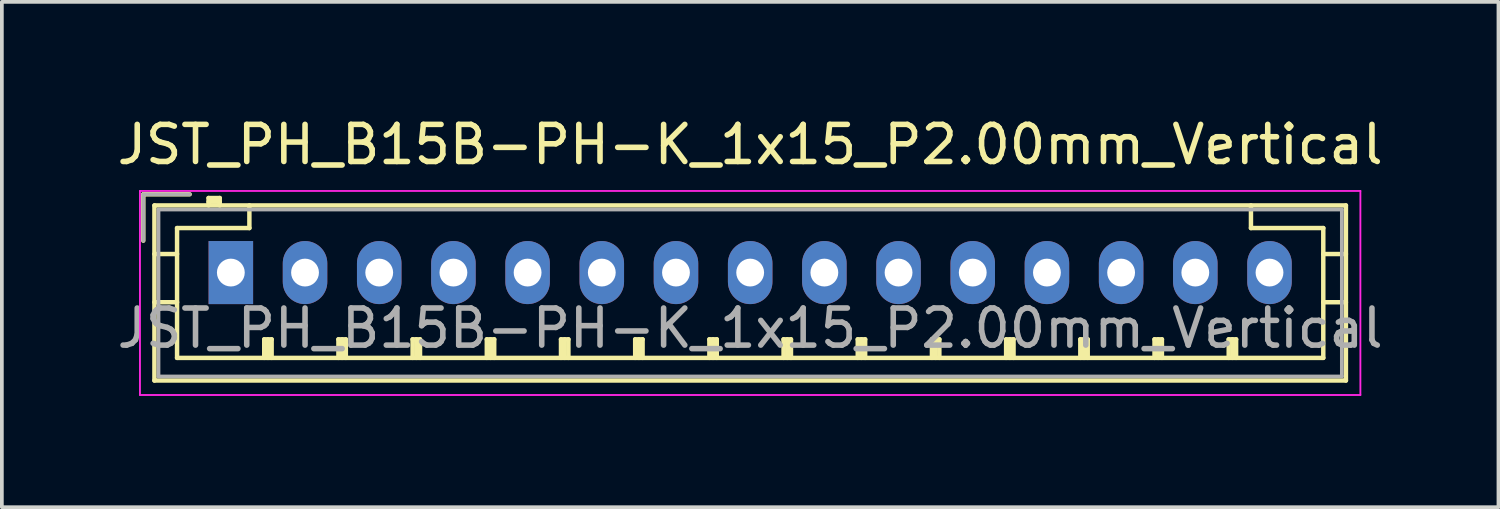
<source format=kicad_pcb>
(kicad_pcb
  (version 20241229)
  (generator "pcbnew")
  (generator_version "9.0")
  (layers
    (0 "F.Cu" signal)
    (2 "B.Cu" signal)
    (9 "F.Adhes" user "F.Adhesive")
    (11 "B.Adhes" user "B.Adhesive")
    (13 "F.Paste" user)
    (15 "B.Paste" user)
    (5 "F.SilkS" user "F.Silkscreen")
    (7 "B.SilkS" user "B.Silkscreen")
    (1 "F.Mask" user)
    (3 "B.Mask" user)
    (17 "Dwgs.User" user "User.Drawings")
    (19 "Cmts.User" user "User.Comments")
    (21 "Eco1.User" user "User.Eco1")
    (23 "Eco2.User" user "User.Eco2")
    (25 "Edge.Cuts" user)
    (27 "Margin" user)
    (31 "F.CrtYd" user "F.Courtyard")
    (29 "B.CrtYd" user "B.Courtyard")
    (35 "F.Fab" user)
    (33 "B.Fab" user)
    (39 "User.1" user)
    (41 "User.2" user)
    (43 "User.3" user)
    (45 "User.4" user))
  (footprint "JST_PH_B15B-PH-K_1x15_P2.00mm_Vertical"
    (layer "F.Cu")
    (at 3.173 4.298)
    (property "Reference" "JST_PH_B15B-PH-K_1x15_P2.00mm_Vertical" (at 14 -3.45 0) (layer "F.SilkS") (effects (font (size 1 1) (thickness 0.15))))
    (attr through_hole)
    (fp_line (start -2.36 -2.11) (end -2.36 -0.86) (stroke (width 0.12) (type solid)) (layer "F.SilkS"))
    (fp_line (start -2.06 -1.81) (end -2.06 2.91) (stroke (width 0.12) (type solid)) (layer "F.SilkS"))
    (fp_line (start -2.06 -0.5) (end -1.45 -0.5) (stroke (width 0.12) (type solid)) (layer "F.SilkS"))
    (fp_line (start -2.06 0.8) (end -1.45 0.8) (stroke (width 0.12) (type solid)) (layer "F.SilkS"))
    (fp_line (start -2.06 2.91) (end 30.06 2.91) (stroke (width 0.12) (type solid)) (layer "F.SilkS"))
    (fp_line (start -1.45 -1.2) (end -1.45 2.3) (stroke (width 0.12) (type solid)) (layer "F.SilkS"))
    (fp_line (start -1.45 2.3) (end 29.45 2.3) (stroke (width 0.12) (type solid)) (layer "F.SilkS"))
    (fp_line (start -1.11 -2.11) (end -2.36 -2.11) (stroke (width 0.12) (type solid)) (layer "F.SilkS"))
    (fp_line (start -0.6 -2.01) (end -0.6 -1.81) (stroke (width 0.12) (type solid)) (layer "F.SilkS"))
    (fp_line (start -0.3 -2.01) (end -0.6 -2.01) (stroke (width 0.12) (type solid)) (layer "F.SilkS"))
    (fp_line (start -0.3 -1.91) (end -0.6 -1.91) (stroke (width 0.12) (type solid)) (layer "F.SilkS"))
    (fp_line (start -0.3 -1.81) (end -0.3 -2.01) (stroke (width 0.12) (type solid)) (layer "F.SilkS"))
    (fp_line (start 0.5 -1.81) (end 0.5 -1.2) (stroke (width 0.12) (type solid)) (layer "F.SilkS"))
    (fp_line (start 0.5 -1.2) (end -1.45 -1.2) (stroke (width 0.12) (type solid)) (layer "F.SilkS"))
    (fp_line (start 0.9 1.8) (end 1.1 1.8) (stroke (width 0.12) (type solid)) (layer "F.SilkS"))
    (fp_line (start 0.9 2.3) (end 0.9 1.8) (stroke (width 0.12) (type solid)) (layer "F.SilkS"))
    (fp_line (start 1 2.3) (end 1 1.8) (stroke (width 0.12) (type solid)) (layer "F.SilkS"))
    (fp_line (start 1.1 1.8) (end 1.1 2.3) (stroke (width 0.12) (type solid)) (layer "F.SilkS"))
    (fp_line (start 2.9 1.8) (end 3.1 1.8) (stroke (width 0.12) (type solid)) (layer "F.SilkS"))
    (fp_line (start 2.9 2.3) (end 2.9 1.8) (stroke (width 0.12) (type solid)) (layer "F.SilkS"))
    (fp_line (start 3 2.3) (end 3 1.8) (stroke (width 0.12) (type solid)) (layer "F.SilkS"))
    (fp_line (start 3.1 1.8) (end 3.1 2.3) (stroke (width 0.12) (type solid)) (layer "F.SilkS"))
    (fp_line (start 4.9 1.8) (end 5.1 1.8) (stroke (width 0.12) (type solid)) (layer "F.SilkS"))
    (fp_line (start 4.9 2.3) (end 4.9 1.8) (stroke (width 0.12) (type solid)) (layer "F.SilkS"))
    (fp_line (start 5 2.3) (end 5 1.8) (stroke (width 0.12) (type solid)) (layer "F.SilkS"))
    (fp_line (start 5.1 1.8) (end 5.1 2.3) (stroke (width 0.12) (type solid)) (layer "F.SilkS"))
    (fp_line (start 6.9 1.8) (end 7.1 1.8) (stroke (width 0.12) (type solid)) (layer "F.SilkS"))
    (fp_line (start 6.9 2.3) (end 6.9 1.8) (stroke (width 0.12) (type solid)) (layer "F.SilkS"))
    (fp_line (start 7 2.3) (end 7 1.8) (stroke (width 0.12) (type solid)) (layer "F.SilkS"))
    (fp_line (start 7.1 1.8) (end 7.1 2.3) (stroke (width 0.12) (type solid)) (layer "F.SilkS"))
    (fp_line (start 8.9 1.8) (end 9.1 1.8) (stroke (width 0.12) (type solid)) (layer "F.SilkS"))
    (fp_line (start 8.9 2.3) (end 8.9 1.8) (stroke (width 0.12) (type solid)) (layer "F.SilkS"))
    (fp_line (start 9 2.3) (end 9 1.8) (stroke (width 0.12) (type solid)) (layer "F.SilkS"))
    (fp_line (start 9.1 1.8) (end 9.1 2.3) (stroke (width 0.12) (type solid)) (layer "F.SilkS"))
    (fp_line (start 10.9 1.8) (end 11.1 1.8) (stroke (width 0.12) (type solid)) (layer "F.SilkS"))
    (fp_line (start 10.9 2.3) (end 10.9 1.8) (stroke (width 0.12) (type solid)) (layer "F.SilkS"))
    (fp_line (start 11 2.3) (end 11 1.8) (stroke (width 0.12) (type solid)) (layer "F.SilkS"))
    (fp_line (start 11.1 1.8) (end 11.1 2.3) (stroke (width 0.12) (type solid)) (layer "F.SilkS"))
    (fp_line (start 12.9 1.8) (end 13.1 1.8) (stroke (width 0.12) (type solid)) (layer "F.SilkS"))
    (fp_line (start 12.9 2.3) (end 12.9 1.8) (stroke (width 0.12) (type solid)) (layer "F.SilkS"))
    (fp_line (start 13 2.3) (end 13 1.8) (stroke (width 0.12) (type solid)) (layer "F.SilkS"))
    (fp_line (start 13.1 1.8) (end 13.1 2.3) (stroke (width 0.12) (type solid)) (layer "F.SilkS"))
    (fp_line (start 14.9 1.8) (end 15.1 1.8) (stroke (width 0.12) (type solid)) (layer "F.SilkS"))
    (fp_line (start 14.9 2.3) (end 14.9 1.8) (stroke (width 0.12) (type solid)) (layer "F.SilkS"))
    (fp_line (start 15 2.3) (end 15 1.8) (stroke (width 0.12) (type solid)) (layer "F.SilkS"))
    (fp_line (start 15.1 1.8) (end 15.1 2.3) (stroke (width 0.12) (type solid)) (layer "F.SilkS"))
    (fp_line (start 16.9 1.8) (end 17.1 1.8) (stroke (width 0.12) (type solid)) (layer "F.SilkS"))
    (fp_line (start 16.9 2.3) (end 16.9 1.8) (stroke (width 0.12) (type solid)) (layer "F.SilkS"))
    (fp_line (start 17 2.3) (end 17 1.8) (stroke (width 0.12) (type solid)) (layer "F.SilkS"))
    (fp_line (start 17.1 1.8) (end 17.1 2.3) (stroke (width 0.12) (type solid)) (layer "F.SilkS"))
    (fp_line (start 18.9 1.8) (end 19.1 1.8) (stroke (width 0.12) (type solid)) (layer "F.SilkS"))
    (fp_line (start 18.9 2.3) (end 18.9 1.8) (stroke (width 0.12) (type solid)) (layer "F.SilkS"))
    (fp_line (start 19 2.3) (end 19 1.8) (stroke (width 0.12) (type solid)) (layer "F.SilkS"))
    (fp_line (start 19.1 1.8) (end 19.1 2.3) (stroke (width 0.12) (type solid)) (layer "F.SilkS"))
    (fp_line (start 20.9 1.8) (end 21.1 1.8) (stroke (width 0.12) (type solid)) (layer "F.SilkS"))
    (fp_line (start 20.9 2.3) (end 20.9 1.8) (stroke (width 0.12) (type solid)) (layer "F.SilkS"))
    (fp_line (start 21 2.3) (end 21 1.8) (stroke (width 0.12) (type solid)) (layer "F.SilkS"))
    (fp_line (start 21.1 1.8) (end 21.1 2.3) (stroke (width 0.12) (type solid)) (layer "F.SilkS"))
    (fp_line (start 22.9 1.8) (end 23.1 1.8) (stroke (width 0.12) (type solid)) (layer "F.SilkS"))
    (fp_line (start 22.9 2.3) (end 22.9 1.8) (stroke (width 0.12) (type solid)) (layer "F.SilkS"))
    (fp_line (start 23 2.3) (end 23 1.8) (stroke (width 0.12) (type solid)) (layer "F.SilkS"))
    (fp_line (start 23.1 1.8) (end 23.1 2.3) (stroke (width 0.12) (type solid)) (layer "F.SilkS"))
    (fp_line (start 24.9 1.8) (end 25.1 1.8) (stroke (width 0.12) (type solid)) (layer "F.SilkS"))
    (fp_line (start 24.9 2.3) (end 24.9 1.8) (stroke (width 0.12) (type solid)) (layer "F.SilkS"))
    (fp_line (start 25 2.3) (end 25 1.8) (stroke (width 0.12) (type solid)) (layer "F.SilkS"))
    (fp_line (start 25.1 1.8) (end 25.1 2.3) (stroke (width 0.12) (type solid)) (layer "F.SilkS"))
    (fp_line (start 26.9 1.8) (end 27.1 1.8) (stroke (width 0.12) (type solid)) (layer "F.SilkS"))
    (fp_line (start 26.9 2.3) (end 26.9 1.8) (stroke (width 0.12) (type solid)) (layer "F.SilkS"))
    (fp_line (start 27 2.3) (end 27 1.8) (stroke (width 0.12) (type solid)) (layer "F.SilkS"))
    (fp_line (start 27.1 1.8) (end 27.1 2.3) (stroke (width 0.12) (type solid)) (layer "F.SilkS"))
    (fp_line (start 27.5 -1.2) (end 27.5 -1.81) (stroke (width 0.12) (type solid)) (layer "F.SilkS"))
    (fp_line (start 29.45 -1.2) (end 27.5 -1.2) (stroke (width 0.12) (type solid)) (layer "F.SilkS"))
    (fp_line (start 29.45 2.3) (end 29.45 -1.2) (stroke (width 0.12) (type solid)) (layer "F.SilkS"))
    (fp_line (start 30.06 -1.81) (end -2.06 -1.81) (stroke (width 0.12) (type solid)) (layer "F.SilkS"))
    (fp_line (start 30.06 -0.5) (end 29.45 -0.5) (stroke (width 0.12) (type solid)) (layer "F.SilkS"))
    (fp_line (start 30.06 0.8) (end 29.45 0.8) (stroke (width 0.12) (type solid)) (layer "F.SilkS"))
    (fp_line (start 30.06 2.91) (end 30.06 -1.81) (stroke (width 0.12) (type solid)) (layer "F.SilkS"))
    (fp_line (start -2.45 -2.2) (end -2.45 3.3) (stroke (width 0.05) (type solid)) (layer "F.CrtYd"))
    (fp_line (start -2.45 3.3) (end 30.45 3.3) (stroke (width 0.05) (type solid)) (layer "F.CrtYd"))
    (fp_line (start 30.45 -2.2) (end -2.45 -2.2) (stroke (width 0.05) (type solid)) (layer "F.CrtYd"))
    (fp_line (start 30.45 3.3) (end 30.45 -2.2) (stroke (width 0.05) (type solid)) (layer "F.CrtYd"))
    (fp_line (start -2.36 -2.11) (end -2.36 -0.86) (stroke (width 0.1) (type solid)) (layer "F.Fab"))
    (fp_line (start -1.95 -1.7) (end -1.95 2.8) (stroke (width 0.1) (type solid)) (layer "F.Fab"))
    (fp_line (start -1.95 2.8) (end 29.95 2.8) (stroke (width 0.1) (type solid)) (layer "F.Fab"))
    (fp_line (start -1.11 -2.11) (end -2.36 -2.11) (stroke (width 0.1) (type solid)) (layer "F.Fab"))
    (fp_line (start 29.95 -1.7) (end -1.95 -1.7) (stroke (width 0.1) (type solid)) (layer "F.Fab"))
    (fp_line (start 29.95 2.8) (end 29.95 -1.7) (stroke (width 0.1) (type solid)) (layer "F.Fab"))
    (fp_text user "${REFERENCE}" (at 14 1.5 0) (layer "F.Fab") (effects (font (size 1 1) (thickness 0.15))))
    (pad "1" thru_hole rect (at 0 0) (size 1.2 1.7) (drill 0.75) (layers "*.Cu" "*.Mask"))
    (pad "2" thru_hole oval (at 2 0) (size 1.2 1.7) (drill 0.75) (layers "*.Cu" "*.Mask"))
    (pad "3" thru_hole oval (at 4 0) (size 1.2 1.7) (drill 0.75) (layers "*.Cu" "*.Mask"))
    (pad "4" thru_hole oval (at 6 0) (size 1.2 1.7) (drill 0.75) (layers "*.Cu" "*.Mask"))
    (pad "5" thru_hole oval (at 8 0) (size 1.2 1.7) (drill 0.75) (layers "*.Cu" "*.Mask"))
    (pad "6" thru_hole oval (at 10 0) (size 1.2 1.7) (drill 0.75) (layers "*.Cu" "*.Mask"))
    (pad "7" thru_hole oval (at 12 0) (size 1.2 1.7) (drill 0.75) (layers "*.Cu" "*.Mask"))
    (pad "8" thru_hole oval (at 14 0) (size 1.2 1.7) (drill 0.75) (layers "*.Cu" "*.Mask"))
    (pad "9" thru_hole oval (at 16 0) (size 1.2 1.7) (drill 0.75) (layers "*.Cu" "*.Mask"))
    (pad "10" thru_hole oval (at 18 0) (size 1.2 1.7) (drill 0.75) (layers "*.Cu" "*.Mask"))
    (pad "11" thru_hole oval (at 20 0) (size 1.2 1.7) (drill 0.75) (layers "*.Cu" "*.Mask"))
    (pad "12" thru_hole oval (at 22 0) (size 1.2 1.7) (drill 0.75) (layers "*.Cu" "*.Mask"))
    (pad "13" thru_hole oval (at 24 0) (size 1.2 1.7) (drill 0.75) (layers "*.Cu" "*.Mask"))
    (pad "14" thru_hole oval (at 26 0) (size 1.2 1.7) (drill 0.75) (layers "*.Cu" "*.Mask"))
    (pad "15" thru_hole oval (at 28 0) (size 1.2 1.7) (drill 0.75) (layers "*.Cu" "*.Mask")))
  (gr_rect
    (start -3 -3)
    (end 37.345 10.623)
    (stroke (width 0.1) (type default))
    (fill no)
    (layer "Edge.Cuts")))
</source>
